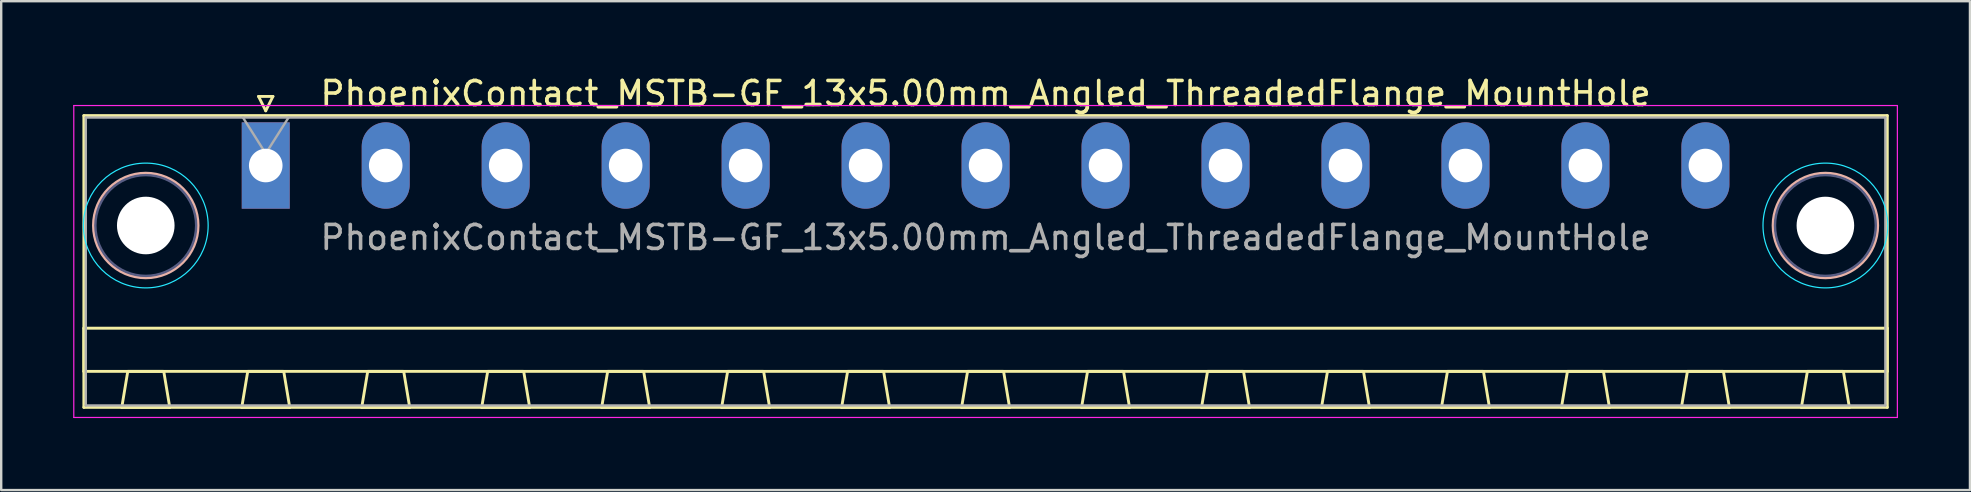
<source format=kicad_pcb>
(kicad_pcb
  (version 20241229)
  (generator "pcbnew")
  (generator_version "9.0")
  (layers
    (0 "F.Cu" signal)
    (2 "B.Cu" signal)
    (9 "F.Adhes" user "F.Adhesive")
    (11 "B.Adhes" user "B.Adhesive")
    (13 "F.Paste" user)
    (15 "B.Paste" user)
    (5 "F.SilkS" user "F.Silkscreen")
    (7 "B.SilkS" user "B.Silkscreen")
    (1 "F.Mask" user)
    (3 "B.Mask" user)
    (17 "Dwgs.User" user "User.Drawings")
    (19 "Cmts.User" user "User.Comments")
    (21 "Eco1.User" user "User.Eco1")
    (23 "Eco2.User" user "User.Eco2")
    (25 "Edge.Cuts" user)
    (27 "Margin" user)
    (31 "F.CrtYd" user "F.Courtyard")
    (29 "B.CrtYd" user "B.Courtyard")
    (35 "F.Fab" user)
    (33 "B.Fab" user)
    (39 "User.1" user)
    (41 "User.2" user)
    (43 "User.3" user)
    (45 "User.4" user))
  (footprint "PhoenixContact_MSTB-GF_13x5.00mm_Angled_ThreadedFlange_MountHole"
    (layer "F.Cu")
    (at 8.025 3.848)
    (property "Reference" "PhoenixContact_MSTB-GF_13x5.00mm_Angled_ThreadedFlange_MountHole" (at 30 -3 0) (layer "F.SilkS") (effects (font (size 1 1) (thickness 0.15))))
    (attr through_hole)
    (fp_line (start -7.58 -2.08) (end -7.58 10.08) (stroke (width 0.12) (type solid)) (layer "F.SilkS"))
    (fp_line (start -7.58 6.78) (end 67.58 6.78) (stroke (width 0.12) (type solid)) (layer "F.SilkS"))
    (fp_line (start -7.58 8.58) (end -7.58 6.78) (stroke (width 0.12) (type solid)) (layer "F.SilkS"))
    (fp_line (start -7.58 10.08) (end 67.58 10.08) (stroke (width 0.12) (type solid)) (layer "F.SilkS"))
    (fp_line (start -6 10.08) (end -4 10.08) (stroke (width 0.12) (type solid)) (layer "F.SilkS"))
    (fp_line (start -5.75 8.58) (end -6 10.08) (stroke (width 0.12) (type solid)) (layer "F.SilkS"))
    (fp_line (start -4.25 8.58) (end -5.75 8.58) (stroke (width 0.12) (type solid)) (layer "F.SilkS"))
    (fp_line (start -4 10.08) (end -4.25 8.58) (stroke (width 0.12) (type solid)) (layer "F.SilkS"))
    (fp_line (start -1 10.08) (end 1 10.08) (stroke (width 0.12) (type solid)) (layer "F.SilkS"))
    (fp_line (start -0.75 8.58) (end -1 10.08) (stroke (width 0.12) (type solid)) (layer "F.SilkS"))
    (fp_line (start -0.3 -2.88) (end 0.3 -2.88) (stroke (width 0.12) (type solid)) (layer "F.SilkS"))
    (fp_line (start 0 -2.28) (end -0.3 -2.88) (stroke (width 0.12) (type solid)) (layer "F.SilkS"))
    (fp_line (start 0.3 -2.88) (end 0 -2.28) (stroke (width 0.12) (type solid)) (layer "F.SilkS"))
    (fp_line (start 0.75 8.58) (end -0.75 8.58) (stroke (width 0.12) (type solid)) (layer "F.SilkS"))
    (fp_line (start 1 10.08) (end 0.75 8.58) (stroke (width 0.12) (type solid)) (layer "F.SilkS"))
    (fp_line (start 4 10.08) (end 6 10.08) (stroke (width 0.12) (type solid)) (layer "F.SilkS"))
    (fp_line (start 4.25 8.58) (end 4 10.08) (stroke (width 0.12) (type solid)) (layer "F.SilkS"))
    (fp_line (start 5.75 8.58) (end 4.25 8.58) (stroke (width 0.12) (type solid)) (layer "F.SilkS"))
    (fp_line (start 6 10.08) (end 5.75 8.58) (stroke (width 0.12) (type solid)) (layer "F.SilkS"))
    (fp_line (start 9 10.08) (end 11 10.08) (stroke (width 0.12) (type solid)) (layer "F.SilkS"))
    (fp_line (start 9.25 8.58) (end 9 10.08) (stroke (width 0.12) (type solid)) (layer "F.SilkS"))
    (fp_line (start 10.75 8.58) (end 9.25 8.58) (stroke (width 0.12) (type solid)) (layer "F.SilkS"))
    (fp_line (start 11 10.08) (end 10.75 8.58) (stroke (width 0.12) (type solid)) (layer "F.SilkS"))
    (fp_line (start 14 10.08) (end 16 10.08) (stroke (width 0.12) (type solid)) (layer "F.SilkS"))
    (fp_line (start 14.25 8.58) (end 14 10.08) (stroke (width 0.12) (type solid)) (layer "F.SilkS"))
    (fp_line (start 15.75 8.58) (end 14.25 8.58) (stroke (width 0.12) (type solid)) (layer "F.SilkS"))
    (fp_line (start 16 10.08) (end 15.75 8.58) (stroke (width 0.12) (type solid)) (layer "F.SilkS"))
    (fp_line (start 19 10.08) (end 21 10.08) (stroke (width 0.12) (type solid)) (layer "F.SilkS"))
    (fp_line (start 19.25 8.58) (end 19 10.08) (stroke (width 0.12) (type solid)) (layer "F.SilkS"))
    (fp_line (start 20.75 8.58) (end 19.25 8.58) (stroke (width 0.12) (type solid)) (layer "F.SilkS"))
    (fp_line (start 21 10.08) (end 20.75 8.58) (stroke (width 0.12) (type solid)) (layer "F.SilkS"))
    (fp_line (start 24 10.08) (end 26 10.08) (stroke (width 0.12) (type solid)) (layer "F.SilkS"))
    (fp_line (start 24.25 8.58) (end 24 10.08) (stroke (width 0.12) (type solid)) (layer "F.SilkS"))
    (fp_line (start 25.75 8.58) (end 24.25 8.58) (stroke (width 0.12) (type solid)) (layer "F.SilkS"))
    (fp_line (start 26 10.08) (end 25.75 8.58) (stroke (width 0.12) (type solid)) (layer "F.SilkS"))
    (fp_line (start 29 10.08) (end 31 10.08) (stroke (width 0.12) (type solid)) (layer "F.SilkS"))
    (fp_line (start 29.25 8.58) (end 29 10.08) (stroke (width 0.12) (type solid)) (layer "F.SilkS"))
    (fp_line (start 30.75 8.58) (end 29.25 8.58) (stroke (width 0.12) (type solid)) (layer "F.SilkS"))
    (fp_line (start 31 10.08) (end 30.75 8.58) (stroke (width 0.12) (type solid)) (layer "F.SilkS"))
    (fp_line (start 34 10.08) (end 36 10.08) (stroke (width 0.12) (type solid)) (layer "F.SilkS"))
    (fp_line (start 34.25 8.58) (end 34 10.08) (stroke (width 0.12) (type solid)) (layer "F.SilkS"))
    (fp_line (start 35.75 8.58) (end 34.25 8.58) (stroke (width 0.12) (type solid)) (layer "F.SilkS"))
    (fp_line (start 36 10.08) (end 35.75 8.58) (stroke (width 0.12) (type solid)) (layer "F.SilkS"))
    (fp_line (start 39 10.08) (end 41 10.08) (stroke (width 0.12) (type solid)) (layer "F.SilkS"))
    (fp_line (start 39.25 8.58) (end 39 10.08) (stroke (width 0.12) (type solid)) (layer "F.SilkS"))
    (fp_line (start 40.75 8.58) (end 39.25 8.58) (stroke (width 0.12) (type solid)) (layer "F.SilkS"))
    (fp_line (start 41 10.08) (end 40.75 8.58) (stroke (width 0.12) (type solid)) (layer "F.SilkS"))
    (fp_line (start 44 10.08) (end 46 10.08) (stroke (width 0.12) (type solid)) (layer "F.SilkS"))
    (fp_line (start 44.25 8.58) (end 44 10.08) (stroke (width 0.12) (type solid)) (layer "F.SilkS"))
    (fp_line (start 45.75 8.58) (end 44.25 8.58) (stroke (width 0.12) (type solid)) (layer "F.SilkS"))
    (fp_line (start 46 10.08) (end 45.75 8.58) (stroke (width 0.12) (type solid)) (layer "F.SilkS"))
    (fp_line (start 49 10.08) (end 51 10.08) (stroke (width 0.12) (type solid)) (layer "F.SilkS"))
    (fp_line (start 49.25 8.58) (end 49 10.08) (stroke (width 0.12) (type solid)) (layer "F.SilkS"))
    (fp_line (start 50.75 8.58) (end 49.25 8.58) (stroke (width 0.12) (type solid)) (layer "F.SilkS"))
    (fp_line (start 51 10.08) (end 50.75 8.58) (stroke (width 0.12) (type solid)) (layer "F.SilkS"))
    (fp_line (start 54 10.08) (end 56 10.08) (stroke (width 0.12) (type solid)) (layer "F.SilkS"))
    (fp_line (start 54.25 8.58) (end 54 10.08) (stroke (width 0.12) (type solid)) (layer "F.SilkS"))
    (fp_line (start 55.75 8.58) (end 54.25 8.58) (stroke (width 0.12) (type solid)) (layer "F.SilkS"))
    (fp_line (start 56 10.08) (end 55.75 8.58) (stroke (width 0.12) (type solid)) (layer "F.SilkS"))
    (fp_line (start 59 10.08) (end 61 10.08) (stroke (width 0.12) (type solid)) (layer "F.SilkS"))
    (fp_line (start 59.25 8.58) (end 59 10.08) (stroke (width 0.12) (type solid)) (layer "F.SilkS"))
    (fp_line (start 60.75 8.58) (end 59.25 8.58) (stroke (width 0.12) (type solid)) (layer "F.SilkS"))
    (fp_line (start 61 10.08) (end 60.75 8.58) (stroke (width 0.12) (type solid)) (layer "F.SilkS"))
    (fp_line (start 64 10.08) (end 66 10.08) (stroke (width 0.12) (type solid)) (layer "F.SilkS"))
    (fp_line (start 64.25 8.58) (end 64 10.08) (stroke (width 0.12) (type solid)) (layer "F.SilkS"))
    (fp_line (start 65.75 8.58) (end 64.25 8.58) (stroke (width 0.12) (type solid)) (layer "F.SilkS"))
    (fp_line (start 66 10.08) (end 65.75 8.58) (stroke (width 0.12) (type solid)) (layer "F.SilkS"))
    (fp_line (start 67.58 -2.08) (end -7.58 -2.08) (stroke (width 0.12) (type solid)) (layer "F.SilkS"))
    (fp_line (start 67.58 6.78) (end 67.58 8.58) (stroke (width 0.12) (type solid)) (layer "F.SilkS"))
    (fp_line (start 67.58 8.58) (end -7.58 8.58) (stroke (width 0.12) (type solid)) (layer "F.SilkS"))
    (fp_line (start 67.58 10.08) (end 67.58 -2.08) (stroke (width 0.12) (type solid)) (layer "F.SilkS"))
    (fp_circle (center -5 2.5) (end -2.82 2.5) (stroke (width 0.12) (type solid)) (fill no) (layer "B.SilkS"))
    (fp_circle (center 65 2.5) (end 67.18 2.5) (stroke (width 0.12) (type solid)) (fill no) (layer "B.SilkS"))
    (fp_circle (center -5 2.5) (end -2.4 2.5) (stroke (width 0.05) (type solid)) (fill no) (layer "B.CrtYd"))
    (fp_circle (center 65 2.5) (end 67.6 2.5) (stroke (width 0.05) (type solid)) (fill no) (layer "B.CrtYd"))
    (fp_line (start -8 -2.5) (end -8 10.5) (stroke (width 0.05) (type solid)) (layer "F.CrtYd"))
    (fp_line (start -8 10.5) (end 68 10.5) (stroke (width 0.05) (type solid)) (layer "F.CrtYd"))
    (fp_line (start 68 -2.5) (end -8 -2.5) (stroke (width 0.05) (type solid)) (layer "F.CrtYd"))
    (fp_line (start 68 10.5) (end 68 -2.5) (stroke (width 0.05) (type solid)) (layer "F.CrtYd"))
    (fp_circle (center -5 2.5) (end -2.9 2.5) (stroke (width 0.1) (type solid)) (fill no) (layer "B.Fab"))
    (fp_circle (center 65 2.5) (end 67.1 2.5) (stroke (width 0.1) (type solid)) (fill no) (layer "B.Fab"))
    (fp_line (start -7.5 -2) (end -7.5 10) (stroke (width 0.1) (type solid)) (layer "F.Fab"))
    (fp_line (start -7.5 10) (end 67.5 10) (stroke (width 0.1) (type solid)) (layer "F.Fab"))
    (fp_line (start 0 -0.5) (end -0.95 -2) (stroke (width 0.1) (type solid)) (layer "F.Fab"))
    (fp_line (start 0.95 -2) (end 0 -0.5) (stroke (width 0.1) (type solid)) (layer "F.Fab"))
    (fp_line (start 67.5 -2) (end -7.5 -2) (stroke (width 0.1) (type solid)) (layer "F.Fab"))
    (fp_line (start 67.5 10) (end 67.5 -2) (stroke (width 0.1) (type solid)) (layer "F.Fab"))
    (fp_text user "${REFERENCE}" (at 30 3 0) (layer "F.Fab") (effects (font (size 1 1) (thickness 0.15))))
    (pad "" np_thru_hole circle (at -5 2.5) (size 2.4 2.4) (drill 2.4) (layers "*.Cu" "*.Mask"))
    (pad "" np_thru_hole circle (at 65 2.5) (size 2.4 2.4) (drill 2.4) (layers "*.Cu" "*.Mask"))
    (pad "1" thru_hole rect (at 0 0) (size 2 3.6) (drill 1.4) (layers "*.Cu" "*.Mask"))
    (pad "2" thru_hole oval (at 5 0) (size 2 3.6) (drill 1.4) (layers "*.Cu" "*.Mask"))
    (pad "3" thru_hole oval (at 10 0) (size 2 3.6) (drill 1.4) (layers "*.Cu" "*.Mask"))
    (pad "4" thru_hole oval (at 15 0) (size 2 3.6) (drill 1.4) (layers "*.Cu" "*.Mask"))
    (pad "5" thru_hole oval (at 20 0) (size 2 3.6) (drill 1.4) (layers "*.Cu" "*.Mask"))
    (pad "6" thru_hole oval (at 25 0) (size 2 3.6) (drill 1.4) (layers "*.Cu" "*.Mask"))
    (pad "7" thru_hole oval (at 30 0) (size 2 3.6) (drill 1.4) (layers "*.Cu" "*.Mask"))
    (pad "8" thru_hole oval (at 35 0) (size 2 3.6) (drill 1.4) (layers "*.Cu" "*.Mask"))
    (pad "9" thru_hole oval (at 40 0) (size 2 3.6) (drill 1.4) (layers "*.Cu" "*.Mask"))
    (pad "10" thru_hole oval (at 45 0) (size 2 3.6) (drill 1.4) (layers "*.Cu" "*.Mask"))
    (pad "11" thru_hole oval (at 50 0) (size 2 3.6) (drill 1.4) (layers "*.Cu" "*.Mask"))
    (pad "12" thru_hole oval (at 55 0) (size 2 3.6) (drill 1.4) (layers "*.Cu" "*.Mask"))
    (pad "13" thru_hole oval (at 60 0) (size 2 3.6) (drill 1.4) (layers "*.Cu" "*.Mask")))
  (gr_rect
    (start -3 -3)
    (end 79.05 17.373)
    (stroke (width 0.1) (type default))
    (fill no)
    (layer "Edge.Cuts")))
</source>
